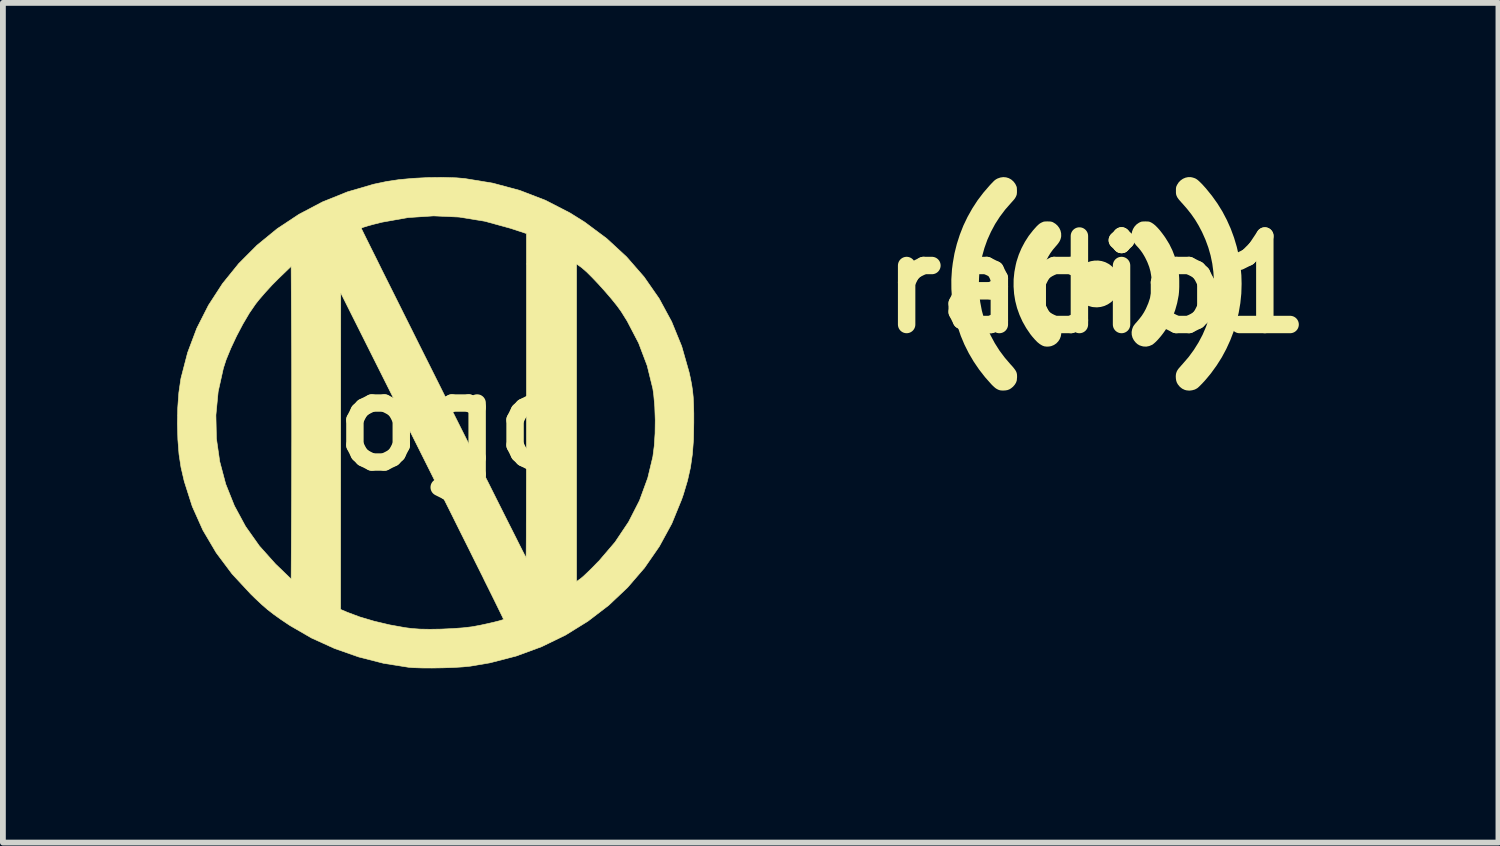
<source format=kicad_pcb>
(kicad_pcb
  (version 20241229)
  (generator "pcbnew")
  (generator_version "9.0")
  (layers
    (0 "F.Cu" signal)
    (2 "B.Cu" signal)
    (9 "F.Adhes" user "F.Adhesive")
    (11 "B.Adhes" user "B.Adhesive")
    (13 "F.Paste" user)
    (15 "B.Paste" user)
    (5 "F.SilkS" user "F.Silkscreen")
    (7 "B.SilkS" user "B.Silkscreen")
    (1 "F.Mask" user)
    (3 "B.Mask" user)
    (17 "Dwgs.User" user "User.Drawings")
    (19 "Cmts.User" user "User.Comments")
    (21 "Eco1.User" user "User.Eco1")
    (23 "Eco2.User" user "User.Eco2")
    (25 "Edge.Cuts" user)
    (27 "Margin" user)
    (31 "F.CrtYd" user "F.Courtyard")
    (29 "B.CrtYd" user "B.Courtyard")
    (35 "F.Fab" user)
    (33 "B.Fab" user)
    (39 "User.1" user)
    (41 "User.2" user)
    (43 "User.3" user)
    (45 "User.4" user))
  (footprint "radio1"
    (layer "F.Cu")
    (at 15.829 1.849)
    (property "Reference" "radio1" (at 0 0 0) (layer "F.SilkS") (effects (font (size 1.524 1.524) (thickness 0.3))))
    (attr board_only exclude_from_pos_files exclude_from_bom)
    (fp_poly (pts (xy 0.095 -0.403) (xy 0.156 -0.384) (xy 0.214 -0.354) (xy 0.225 -0.347) (xy 0.274 -0.308) (xy 0.318 -0.261) (xy 0.354 -0.207) (xy 0.379 -0.155) (xy 0.398 -0.091) (xy 0.406 -0.027) (xy 0.403 0.038) (xy 0.39 0.102) (xy 0.367 0.163) (xy 0.335 0.219) (xy 0.303 0.259) (xy 0.255 0.305) (xy 0.2 0.342) (xy 0.14 0.37) (xy 0.078 0.387) (xy 0.013 0.394) (xy -0.052 0.39) (xy -0.074 0.387) (xy -0.139 0.368) (xy -0.199 0.339) (xy -0.253 0.302) (xy -0.3 0.256) (xy -0.34 0.203) (xy -0.37 0.143) (xy -0.382 0.112) (xy -0.394 0.061) (xy -0.4 0.006) (xy -0.399 -0.048) (xy -0.393 -0.092) (xy -0.383 -0.128) (xy -0.366 -0.168) (xy -0.346 -0.209) (xy -0.324 -0.246) (xy -0.308 -0.267) (xy -0.262 -0.314) (xy -0.21 -0.352) (xy -0.153 -0.381) (xy -0.093 -0.401) (xy -0.031 -0.411) (xy 0.033 -0.412)) (stroke (width 0) (type solid)) (fill yes) (layer "F.SilkS"))
    (fp_poly (pts (xy -0.81 -1.085) (xy -0.789 -1.084) (xy -0.773 -1.081) (xy -0.758 -1.077) (xy -0.743 -1.07) (xy -0.701 -1.044) (xy -0.665 -1.011) (xy -0.636 -0.971) (xy -0.616 -0.928) (xy -0.605 -0.881) (xy -0.604 -0.834) (xy -0.606 -0.816) (xy -0.615 -0.781) (xy -0.629 -0.748) (xy -0.65 -0.715) (xy -0.678 -0.679) (xy -0.695 -0.66) (xy -0.746 -0.6) (xy -0.789 -0.541) (xy -0.827 -0.479) (xy -0.851 -0.432) (xy -0.891 -0.339) (xy -0.921 -0.247) (xy -0.94 -0.154) (xy -0.949 -0.058) (xy -0.949 0.029) (xy -0.94 0.127) (xy -0.922 0.221) (xy -0.894 0.313) (xy -0.855 0.405) (xy -0.847 0.421) (xy -0.814 0.482) (xy -0.777 0.539) (xy -0.733 0.597) (xy -0.691 0.645) (xy -0.661 0.681) (xy -0.638 0.712) (xy -0.622 0.741) (xy -0.612 0.772) (xy -0.606 0.799) (xy -0.603 0.847) (xy -0.611 0.894) (xy -0.628 0.939) (xy -0.654 0.979) (xy -0.687 1.014) (xy -0.728 1.042) (xy -0.774 1.061) (xy -0.782 1.063) (xy -0.817 1.069) (xy -0.857 1.07) (xy -0.893 1.065) (xy -0.896 1.065) (xy -0.932 1.051) (xy -0.972 1.027) (xy -1.014 0.993) (xy -1.058 0.948) (xy -1.105 0.894) (xy -1.135 0.856) (xy -1.207 0.75) (xy -1.27 0.639) (xy -1.322 0.524) (xy -1.364 0.406) (xy -1.395 0.285) (xy -1.415 0.161) (xy -1.424 0.036) (xy -1.423 -0.089) (xy -1.41 -0.216) (xy -1.386 -0.341) (xy -1.373 -0.395) (xy -1.335 -0.512) (xy -1.287 -0.625) (xy -1.229 -0.734) (xy -1.163 -0.837) (xy -1.088 -0.933) (xy -1.028 -1) (xy -1.001 -1.026) (xy -0.979 -1.045) (xy -0.957 -1.059) (xy -0.941 -1.067) (xy -0.923 -1.075) (xy -0.908 -1.081) (xy -0.893 -1.084) (xy -0.874 -1.085) (xy -0.848 -1.086) (xy -0.839 -1.086)) (stroke (width 0) (type solid)) (fill yes) (layer "F.SilkS"))
    (fp_poly (pts (xy 0.873 -1.085) (xy 0.894 -1.084) (xy 0.909 -1.082) (xy 0.924 -1.077) (xy 0.94 -1.07) (xy 0.948 -1.066) (xy 0.98 -1.046) (xy 1.016 -1.017) (xy 1.054 -0.979) (xy 1.095 -0.933) (xy 1.137 -0.879) (xy 1.18 -0.82) (xy 1.194 -0.799) (xy 1.258 -0.695) (xy 1.311 -0.587) (xy 1.355 -0.473) (xy 1.39 -0.354) (xy 1.415 -0.228) (xy 1.422 -0.186) (xy 1.425 -0.153) (xy 1.428 -0.11) (xy 1.429 -0.062) (xy 1.429 -0.01) (xy 1.429 0.043) (xy 1.427 0.093) (xy 1.424 0.139) (xy 1.42 0.178) (xy 1.418 0.192) (xy 1.393 0.321) (xy 1.358 0.445) (xy 1.312 0.564) (xy 1.256 0.678) (xy 1.191 0.785) (xy 1.16 0.829) (xy 1.127 0.873) (xy 1.093 0.914) (xy 1.059 0.953) (xy 1.027 0.986) (xy 0.997 1.013) (xy 0.972 1.033) (xy 0.962 1.039) (xy 0.913 1.06) (xy 0.863 1.07) (xy 0.813 1.068) (xy 0.786 1.062) (xy 0.744 1.048) (xy 0.709 1.027) (xy 0.679 1) (xy 0.647 0.96) (xy 0.624 0.916) (xy 0.611 0.868) (xy 0.609 0.819) (xy 0.618 0.77) (xy 0.633 0.73) (xy 0.642 0.714) (xy 0.658 0.692) (xy 0.677 0.668) (xy 0.698 0.645) (xy 0.746 0.588) (xy 0.787 0.534) (xy 0.822 0.479) (xy 0.854 0.42) (xy 0.856 0.415) (xy 0.896 0.323) (xy 0.926 0.232) (xy 0.945 0.14) (xy 0.955 0.045) (xy 0.955 -0.045) (xy 0.948 -0.137) (xy 0.934 -0.221) (xy 0.912 -0.302) (xy 0.881 -0.382) (xy 0.865 -0.416) (xy 0.84 -0.467) (xy 0.815 -0.51) (xy 0.79 -0.55) (xy 0.761 -0.59) (xy 0.727 -0.631) (xy 0.691 -0.67) (xy 0.658 -0.711) (xy 0.634 -0.751) (xy 0.618 -0.791) (xy 0.612 -0.816) (xy 0.609 -0.863) (xy 0.616 -0.91) (xy 0.633 -0.955) (xy 0.659 -0.997) (xy 0.692 -1.033) (xy 0.732 -1.061) (xy 0.749 -1.07) (xy 0.765 -1.077) (xy 0.78 -1.082) (xy 0.796 -1.084) (xy 0.817 -1.085) (xy 0.845 -1.086)) (stroke (width 0) (type solid)) (fill yes) (layer "F.SilkS"))
    (fp_poly (pts (xy 1.631 -1.848) (xy 1.659 -1.842) (xy 1.682 -1.835) (xy 1.704 -1.827) (xy 1.725 -1.815) (xy 1.746 -1.8) (xy 1.769 -1.78) (xy 1.795 -1.755) (xy 1.826 -1.724) (xy 1.861 -1.685) (xy 1.889 -1.654) (xy 1.992 -1.527) (xy 2.087 -1.394) (xy 2.173 -1.255) (xy 2.249 -1.11) (xy 2.316 -0.96) (xy 2.373 -0.805) (xy 2.42 -0.647) (xy 2.457 -0.486) (xy 2.483 -0.323) (xy 2.499 -0.158) (xy 2.503 -0.011) (xy 2.498 0.156) (xy 2.481 0.322) (xy 2.453 0.486) (xy 2.415 0.647) (xy 2.367 0.806) (xy 2.308 0.96) (xy 2.239 1.111) (xy 2.161 1.256) (xy 2.073 1.395) (xy 1.976 1.529) (xy 1.907 1.613) (xy 1.869 1.657) (xy 1.833 1.696) (xy 1.8 1.73) (xy 1.772 1.758) (xy 1.749 1.779) (xy 1.737 1.788) (xy 1.698 1.809) (xy 1.652 1.822) (xy 1.605 1.828) (xy 1.558 1.824) (xy 1.525 1.816) (xy 1.479 1.794) (xy 1.439 1.762) (xy 1.406 1.722) (xy 1.388 1.69) (xy 1.377 1.658) (xy 1.371 1.619) (xy 1.369 1.579) (xy 1.373 1.54) (xy 1.378 1.522) (xy 1.384 1.504) (xy 1.392 1.487) (xy 1.403 1.469) (xy 1.418 1.448) (xy 1.439 1.424) (xy 1.465 1.394) (xy 1.491 1.365) (xy 1.591 1.249) (xy 1.681 1.126) (xy 1.761 0.998) (xy 1.831 0.866) (xy 1.89 0.729) (xy 1.939 0.588) (xy 1.977 0.443) (xy 2.005 0.295) (xy 2.021 0.145) (xy 2.027 -0.009) (xy 2.026 -0.066) (xy 2.017 -0.215) (xy 1.998 -0.359) (xy 1.969 -0.499) (xy 1.93 -0.636) (xy 1.88 -0.772) (xy 1.822 -0.902) (xy 1.765 -1.011) (xy 1.704 -1.113) (xy 1.637 -1.209) (xy 1.563 -1.303) (xy 1.48 -1.398) (xy 1.472 -1.406) (xy 1.442 -1.44) (xy 1.419 -1.467) (xy 1.402 -1.49) (xy 1.39 -1.511) (xy 1.39 -1.512) (xy 1.382 -1.53) (xy 1.377 -1.544) (xy 1.374 -1.56) (xy 1.372 -1.579) (xy 1.372 -1.606) (xy 1.372 -1.613) (xy 1.372 -1.641) (xy 1.373 -1.662) (xy 1.376 -1.677) (xy 1.38 -1.691) (xy 1.388 -1.707) (xy 1.39 -1.713) (xy 1.418 -1.757) (xy 1.452 -1.792) (xy 1.492 -1.82) (xy 1.536 -1.839) (xy 1.583 -1.849)) (stroke (width 0) (type solid)) (fill yes) (layer "F.SilkS"))
    (fp_poly (pts (xy -1.553 -1.845) (xy -1.507 -1.831) (xy -1.465 -1.808) (xy -1.427 -1.775) (xy -1.396 -1.735) (xy -1.385 -1.714) (xy -1.377 -1.696) (xy -1.371 -1.682) (xy -1.368 -1.667) (xy -1.367 -1.648) (xy -1.366 -1.623) (xy -1.366 -1.613) (xy -1.366 -1.584) (xy -1.368 -1.563) (xy -1.37 -1.547) (xy -1.375 -1.533) (xy -1.382 -1.516) (xy -1.384 -1.512) (xy -1.395 -1.492) (xy -1.41 -1.47) (xy -1.431 -1.445) (xy -1.458 -1.415) (xy -1.466 -1.406) (xy -1.568 -1.29) (xy -1.66 -1.168) (xy -1.742 -1.041) (xy -1.813 -0.908) (xy -1.875 -0.771) (xy -1.926 -0.628) (xy -1.967 -0.481) (xy -1.997 -0.33) (xy -2.008 -0.258) (xy -2.013 -0.213) (xy -2.016 -0.16) (xy -2.019 -0.102) (xy -2.021 -0.042) (xy -2.021 0.018) (xy -2.02 0.074) (xy -2.018 0.124) (xy -2.017 0.146) (xy -1.999 0.301) (xy -1.97 0.452) (xy -1.93 0.598) (xy -1.88 0.74) (xy -1.819 0.878) (xy -1.748 1.01) (xy -1.667 1.138) (xy -1.575 1.261) (xy -1.479 1.373) (xy -1.444 1.411) (xy -1.417 1.444) (xy -1.396 1.472) (xy -1.381 1.497) (xy -1.371 1.522) (xy -1.366 1.546) (xy -1.364 1.574) (xy -1.364 1.605) (xy -1.365 1.606) (xy -1.367 1.635) (xy -1.37 1.658) (xy -1.377 1.677) (xy -1.383 1.693) (xy -1.405 1.728) (xy -1.434 1.761) (xy -1.468 1.789) (xy -1.498 1.807) (xy -1.531 1.819) (xy -1.569 1.825) (xy -1.61 1.827) (xy -1.649 1.824) (xy -1.677 1.817) (xy -1.703 1.805) (xy -1.729 1.79) (xy -1.755 1.769) (xy -1.785 1.741) (xy -1.802 1.724) (xy -1.914 1.598) (xy -2.017 1.466) (xy -2.111 1.328) (xy -2.195 1.185) (xy -2.269 1.038) (xy -2.333 0.886) (xy -2.386 0.73) (xy -2.429 0.571) (xy -2.462 0.409) (xy -2.484 0.245) (xy -2.495 0.079) (xy -2.496 -0.088) (xy -2.485 -0.256) (xy -2.471 -0.367) (xy -2.442 -0.534) (xy -2.401 -0.698) (xy -2.35 -0.857) (xy -2.289 -1.013) (xy -2.217 -1.163) (xy -2.135 -1.309) (xy -2.044 -1.449) (xy -1.942 -1.583) (xy -1.831 -1.711) (xy -1.798 -1.746) (xy -1.773 -1.772) (xy -1.753 -1.791) (xy -1.735 -1.805) (xy -1.717 -1.816) (xy -1.7 -1.825) (xy -1.651 -1.842) (xy -1.601 -1.849)) (stroke (width 0) (type solid)) (fill yes) (layer "F.SilkS")))
  (footprint "logo"
    (layer "F.Cu")
    (at 4.441 4.217)
    (property "Reference" "logo" (at 0 0 0) (layer "F.SilkS") (effects (font (size 1.524 1.524) (thickness 0.3))))
    (attr through_hole)
    (fp_poly (pts (xy 0.366 -4.205) (xy 0.508 -4.193) (xy 0.995 -4.113) (xy 1.46 -3.988) (xy 1.904 -3.817) (xy 2.327 -3.599) (xy 2.578 -3.442) (xy 2.959 -3.158) (xy 3.3 -2.843) (xy 3.601 -2.498) (xy 3.86 -2.126) (xy 4.076 -1.727) (xy 4.249 -1.303) (xy 4.376 -0.857) (xy 4.397 -0.762) (xy 4.42 -0.645) (xy 4.436 -0.537) (xy 4.447 -0.427) (xy 4.453 -0.303) (xy 4.457 -0.15) (xy 4.457 0.013) (xy 4.452 0.299) (xy 4.433 0.55) (xy 4.4 0.782) (xy 4.349 1.009) (xy 4.278 1.247) (xy 4.249 1.331) (xy 4.078 1.75) (xy 3.863 2.144) (xy 3.609 2.511) (xy 3.317 2.85) (xy 2.992 3.157) (xy 2.634 3.431) (xy 2.248 3.67) (xy 1.836 3.87) (xy 1.401 4.03) (xy 0.946 4.148) (xy 0.61 4.205) (xy 0.48 4.218) (xy 0.317 4.228) (xy 0.135 4.234) (xy -0.05 4.237) (xy -0.225 4.236) (xy -0.374 4.231) (xy -0.457 4.224) (xy -0.885 4.156) (xy -1.313 4.047) (xy -1.731 3.9) (xy -2.127 3.72) (xy -2.49 3.51) (xy -2.509 3.498) (xy -2.658 3.398) (xy -2.777 3.313) (xy -2.881 3.232) (xy -2.886 3.228) (xy -1.626 3.228) (xy -1.513 3.276) (xy -1.297 3.357) (xy -1.047 3.431) (xy -0.78 3.494) (xy -0.514 3.542) (xy -0.397 3.557) (xy -0.259 3.567) (xy -0.087 3.57) (xy 0.105 3.567) (xy 0.3 3.558) (xy 0.482 3.545) (xy 0.636 3.527) (xy 0.675 3.52) (xy 0.786 3.499) (xy 0.902 3.474) (xy 1.01 3.449) (xy 1.101 3.426) (xy 1.162 3.408) (xy 1.181 3.399) (xy 1.171 3.376) (xy 1.139 3.31) (xy 1.087 3.204) (xy 1.017 3.061) (xy 0.929 2.883) (xy 0.861 2.747) (xy 2.438 2.747) (xy 2.51 2.696) (xy 2.554 2.659) (xy 2.624 2.593) (xy 2.711 2.508) (xy 2.805 2.411) (xy 2.824 2.393) (xy 3.101 2.069) (xy 3.334 1.721) (xy 3.522 1.353) (xy 3.664 0.965) (xy 3.752 0.598) (xy 3.776 0.413) (xy 3.79 0.197) (xy 3.793 -0.034) (xy 3.785 -0.262) (xy 3.767 -0.468) (xy 3.752 -0.573) (xy 3.654 -0.971) (xy 3.507 -1.359) (xy 3.31 -1.737) (xy 3.207 -1.902) (xy 3.136 -2) (xy 3.042 -2.117) (xy 2.933 -2.244) (xy 2.819 -2.371) (xy 2.708 -2.488) (xy 2.608 -2.587) (xy 2.528 -2.657) (xy 2.51 -2.67) (xy 2.438 -2.721) (xy 2.438 2.747) (xy 0.861 2.747) (xy 0.826 2.674) (xy 0.707 2.436) (xy 0.576 2.172) (xy 0.432 1.884) (xy 0.279 1.576) (xy 0.115 1.249) (xy -0.055 0.908) (xy -0.217 0.584) (xy -1.623 -2.223) (xy -1.624 0.503) (xy -1.626 3.228) (xy -2.886 3.228) (xy -2.983 3.144) (xy -3.096 3.038) (xy -3.172 2.964) (xy -3.494 2.617) (xy -3.768 2.251) (xy -3.997 1.863) (xy -4.18 1.454) (xy -4.318 1.022) (xy -4.374 0.78) (xy -4.408 0.557) (xy -4.428 0.301) (xy -4.436 0.028) (xy -4.433 -0.118) (xy -3.773 -0.118) (xy -3.764 0.285) (xy -3.707 0.682) (xy -3.604 1.069) (xy -3.455 1.442) (xy -3.262 1.799) (xy -3.024 2.135) (xy -2.745 2.447) (xy -2.701 2.489) (xy -2.477 2.705) (xy -2.47 1.351) (xy -2.469 1.03) (xy -2.468 0.673) (xy -2.467 0.292) (xy -2.467 -0.097) (xy -2.468 -0.483) (xy -2.468 -0.852) (xy -2.469 -1.19) (xy -2.47 -1.342) (xy -2.477 -2.68) (xy -2.701 -2.464) (xy -2.811 -2.353) (xy -2.927 -2.226) (xy -3.033 -2.103) (xy -3.089 -2.032) (xy -3.197 -1.875) (xy -3.309 -1.685) (xy -3.418 -1.478) (xy -3.516 -1.269) (xy -3.597 -1.072) (xy -3.644 -0.927) (xy -3.734 -0.523) (xy -3.773 -0.118) (xy -4.433 -0.118) (xy -4.43 -0.246) (xy -4.411 -0.505) (xy -4.378 -0.733) (xy -4.374 -0.755) (xy -4.26 -1.194) (xy -4.102 -1.614) (xy -3.901 -2.01) (xy -3.659 -2.383) (xy -3.38 -2.728) (xy -3.066 -3.043) (xy -2.719 -3.327) (xy -2.704 -3.337) (xy -1.27 -3.337) (xy -1.259 -3.314) (xy -1.227 -3.248) (xy -1.175 -3.143) (xy -1.106 -3.004) (xy -1.02 -2.832) (xy -0.921 -2.631) (xy -0.808 -2.405) (xy -0.684 -2.157) (xy -0.551 -1.89) (xy -0.41 -1.608) (xy -0.263 -1.313) (xy -0.111 -1.01) (xy 0.043 -0.702) (xy 0.198 -0.391) (xy 0.353 -0.081) (xy 0.506 0.224) (xy 0.655 0.521) (xy 0.798 0.808) (xy 0.935 1.079) (xy 1.062 1.333) (xy 1.179 1.566) (xy 1.284 1.775) (xy 1.375 1.955) (xy 1.45 2.105) (xy 1.508 2.22) (xy 1.548 2.298) (xy 1.567 2.334) (xy 1.568 2.337) (xy 1.569 2.312) (xy 1.57 2.24) (xy 1.571 2.123) (xy 1.572 1.965) (xy 1.572 1.769) (xy 1.573 1.539) (xy 1.573 1.278) (xy 1.574 0.988) (xy 1.574 0.674) (xy 1.575 0.337) (xy 1.575 -0.017) (xy 1.575 -0.386) (xy 1.575 -0.454) (xy 1.575 -3.245) (xy 1.302 -3.335) (xy 0.858 -3.457) (xy 0.416 -3.529) (xy -0.025 -3.549) (xy -0.468 -3.52) (xy -0.915 -3.44) (xy -1.067 -3.402) (xy -1.16 -3.376) (xy -1.231 -3.354) (xy -1.267 -3.34) (xy -1.27 -3.337) (xy -2.704 -3.337) (xy -2.343 -3.576) (xy -1.939 -3.789) (xy -1.51 -3.962) (xy -1.058 -4.094) (xy -0.826 -4.143) (xy -0.615 -4.174) (xy -0.374 -4.196) (xy -0.118 -4.209) (xy 0.134 -4.212) (xy 0.366 -4.205)) (stroke (width 0.01) (type solid)) (fill yes) (layer "F.SilkS")))
  (gr_rect
    (start -3 -3)
    (end 22.755 11.46)
    (stroke (width 0.1) (type default))
    (fill no)
    (layer "Edge.Cuts")))
</source>
